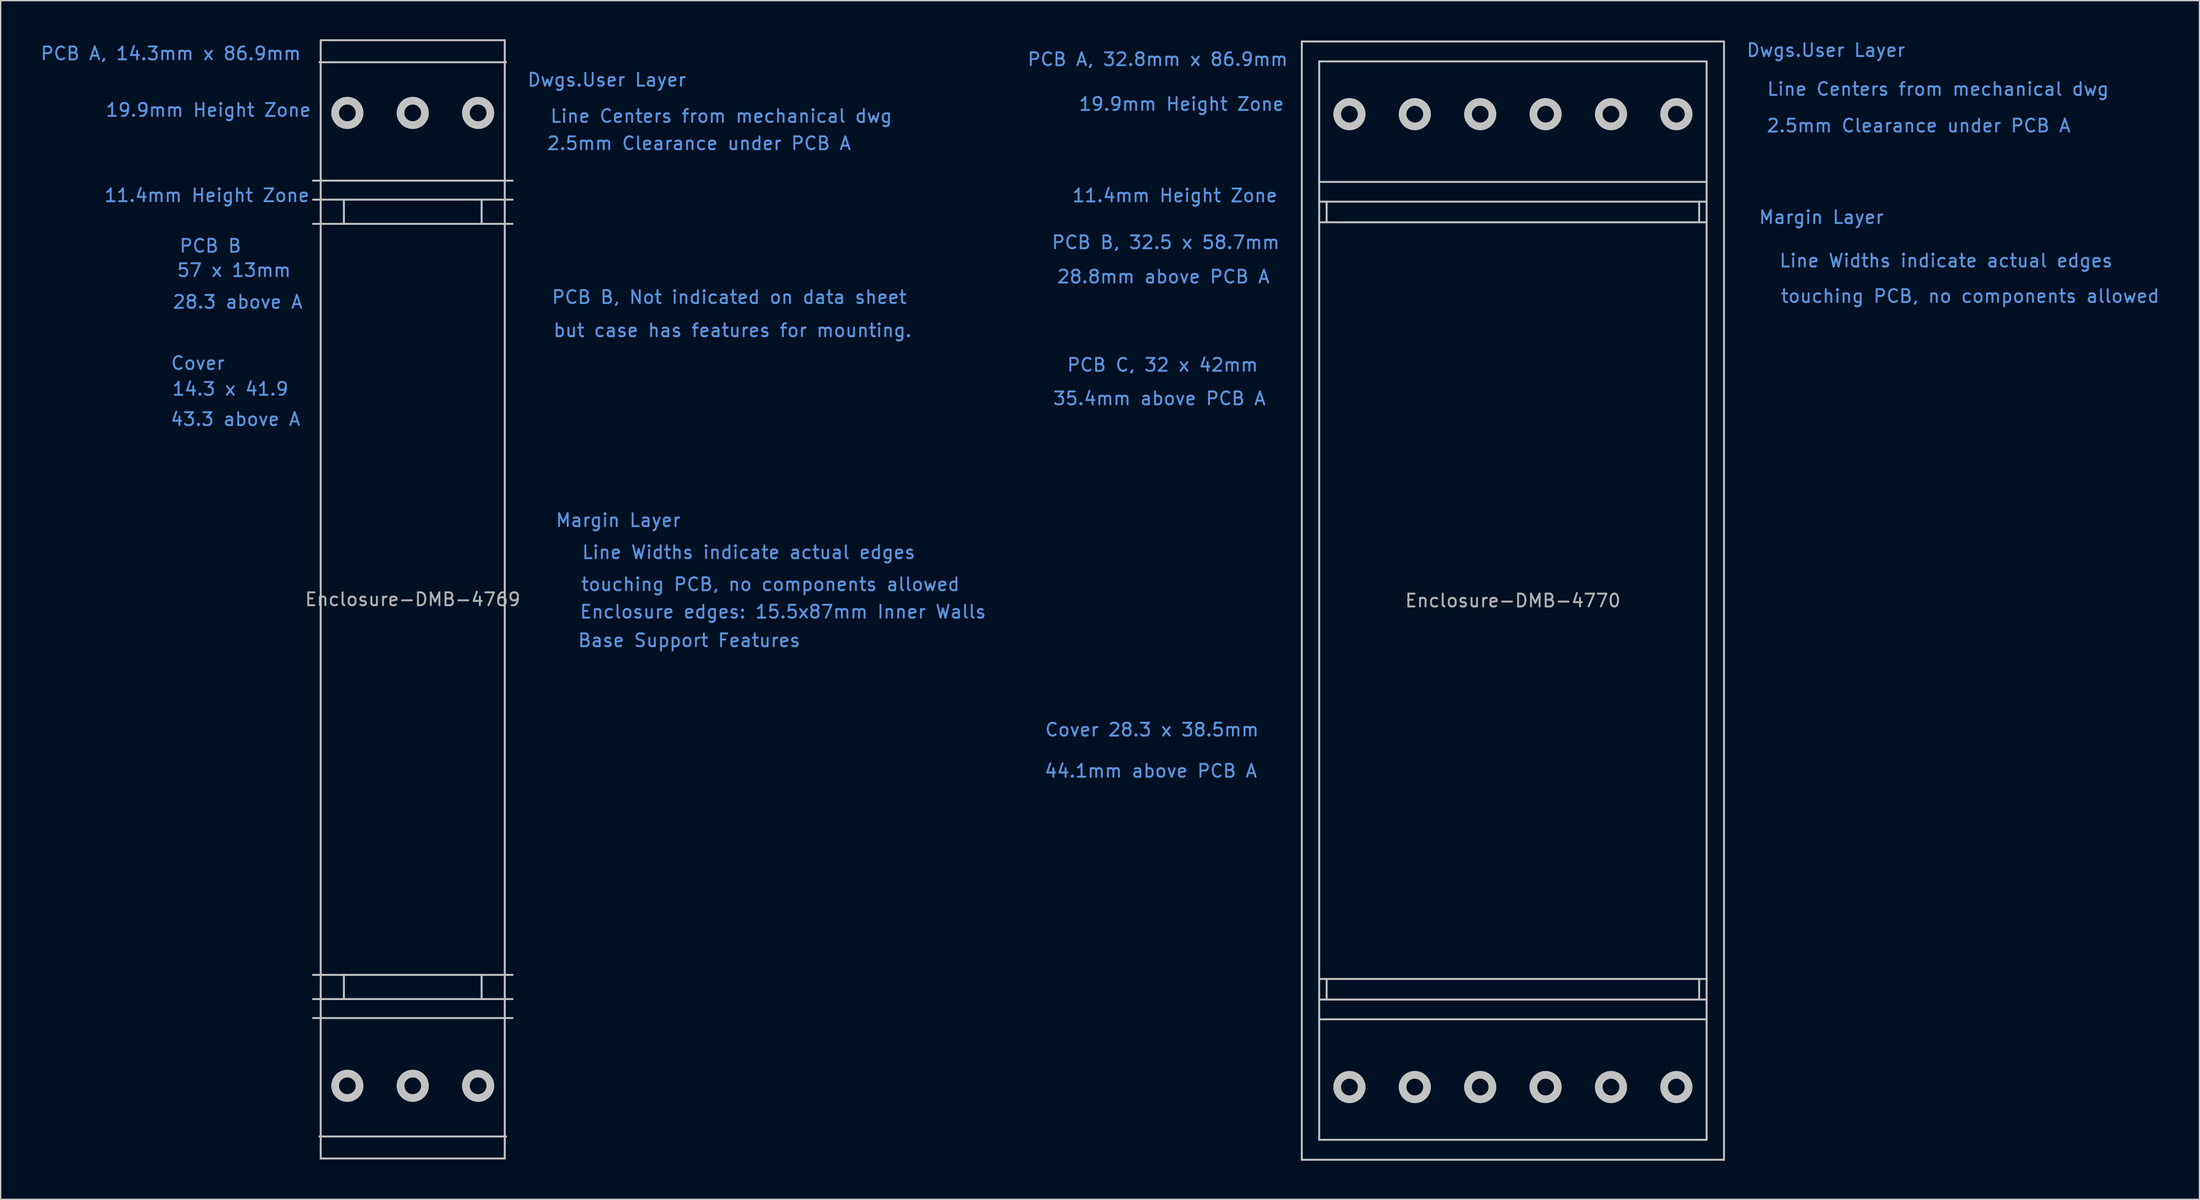
<source format=kicad_pcb>
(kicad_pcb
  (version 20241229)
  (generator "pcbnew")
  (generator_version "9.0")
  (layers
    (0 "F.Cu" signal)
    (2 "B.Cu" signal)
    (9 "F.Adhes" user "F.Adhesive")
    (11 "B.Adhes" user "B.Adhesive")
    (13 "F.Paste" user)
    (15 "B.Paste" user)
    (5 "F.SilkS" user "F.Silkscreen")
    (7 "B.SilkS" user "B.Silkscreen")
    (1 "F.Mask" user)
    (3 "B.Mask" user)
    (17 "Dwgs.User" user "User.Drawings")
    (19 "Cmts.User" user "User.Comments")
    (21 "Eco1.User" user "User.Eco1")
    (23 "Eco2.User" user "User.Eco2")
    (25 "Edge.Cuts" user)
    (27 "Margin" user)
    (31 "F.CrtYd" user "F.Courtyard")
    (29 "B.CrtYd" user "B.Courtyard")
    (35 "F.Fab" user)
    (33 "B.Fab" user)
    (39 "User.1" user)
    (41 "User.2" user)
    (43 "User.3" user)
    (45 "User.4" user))
  (footprint "Enclosure-DMB-4770"
    (layer "F.Cu")
    (at 114.486 43.622)
    (property "Reference" "Enclosure-DMB-4770" (at 0 0 0) (layer "F.Fab") (effects (font (size 1 1) (thickness 0.15))))
    (attr through_hole)
    (fp_line (start -16.4 -43.45) (end 16.4 -43.45) (stroke (width 0.15) (type solid)) (layer "Dwgs.User"))
    (fp_line (start -16.4 43.45) (end -16.4 -43.45) (stroke (width 0.15) (type solid)) (layer "Dwgs.User"))
    (fp_line (start -16.4 43.45) (end 16.4 43.45) (stroke (width 0.15) (type solid)) (layer "Dwgs.User"))
    (fp_line (start -15.05 -41.9) (end -15.05 41.9) (stroke (width 0.15) (type solid)) (layer "Dwgs.User"))
    (fp_line (start -15.05 -41.9) (end 15.05 -41.9) (stroke (width 0.15) (type solid)) (layer "Dwgs.User"))
    (fp_line (start -15.05 -32.535) (end 15.05 -32.535) (stroke (width 0.15) (type solid)) (layer "Dwgs.User"))
    (fp_line (start -15.05 -31) (end 15.05 -31) (stroke (width 0.15) (type solid)) (layer "Dwgs.User"))
    (fp_line (start -15.05 -29.4) (end 15.05 -29.4) (stroke (width 0.15) (type solid)) (layer "Dwgs.User"))
    (fp_line (start -15.05 29.4) (end 15.05 29.4) (stroke (width 0.15) (type solid)) (layer "Dwgs.User"))
    (fp_line (start -15.05 31) (end 15.05 31) (stroke (width 0.15) (type solid)) (layer "Dwgs.User"))
    (fp_line (start -15.05 32.535) (end 15.05 32.535) (stroke (width 0.15) (type solid)) (layer "Dwgs.User"))
    (fp_line (start -15.05 41.9) (end 15.05 41.9) (stroke (width 0.15) (type solid)) (layer "Dwgs.User"))
    (fp_line (start -14.47 -31) (end -14.47 -29.4) (stroke (width 0.15) (type solid)) (layer "Dwgs.User"))
    (fp_line (start -14.47 29.4) (end -14.47 31) (stroke (width 0.15) (type solid)) (layer "Dwgs.User"))
    (fp_line (start 14.47 -31) (end 14.47 -29.4) (stroke (width 0.15) (type solid)) (layer "Dwgs.User"))
    (fp_line (start 14.47 29.4) (end 14.47 31) (stroke (width 0.15) (type solid)) (layer "Dwgs.User"))
    (fp_line (start 15.05 -41.9) (end 15.05 41.9) (stroke (width 0.15) (type solid)) (layer "Dwgs.User"))
    (fp_line (start 16.4 -43.45) (end 16.4 43.45) (stroke (width 0.15) (type solid)) (layer "Dwgs.User"))
    (fp_circle (center -12.7 -37.8) (end -12.7 -36.85) (stroke (width 0.6) (type solid)) (fill no) (layer "Dwgs.User"))
    (fp_circle (center -12.7 37.8) (end -12.7 38.75) (stroke (width 0.6) (type solid)) (fill no) (layer "Dwgs.User"))
    (fp_circle (center -7.62 -37.8) (end -7.62 -36.85) (stroke (width 0.6) (type solid)) (fill no) (layer "Dwgs.User"))
    (fp_circle (center -7.62 37.8) (end -7.62 38.75) (stroke (width 0.6) (type solid)) (fill no) (layer "Dwgs.User"))
    (fp_circle (center -2.54 -37.8) (end -2.54 -36.85) (stroke (width 0.6) (type solid)) (fill no) (layer "Dwgs.User"))
    (fp_circle (center -2.54 37.8) (end -2.54 38.75) (stroke (width 0.6) (type solid)) (fill no) (layer "Dwgs.User"))
    (fp_circle (center 2.54 -37.8) (end 2.54 -36.85) (stroke (width 0.6) (type solid)) (fill no) (layer "Dwgs.User"))
    (fp_circle (center 2.54 37.8) (end 2.54 38.75) (stroke (width 0.6) (type solid)) (fill no) (layer "Dwgs.User"))
    (fp_circle (center 7.62 -37.8) (end 7.62 -36.85) (stroke (width 0.6) (type solid)) (fill no) (layer "Dwgs.User"))
    (fp_circle (center 7.62 37.8) (end 7.62 38.75) (stroke (width 0.6) (type solid)) (fill no) (layer "Dwgs.User"))
    (fp_circle (center 12.7 -37.8) (end 12.7 -36.85) (stroke (width 0.6) (type solid)) (fill no) (layer "Dwgs.User"))
    (fp_circle (center 12.7 37.8) (end 12.7 38.75) (stroke (width 0.6) (type solid)) (fill no) (layer "Dwgs.User"))
    (fp_line (start -16.25 -29.35) (end -16.25 29.35) (stroke (width 0.15) (type solid)) (layer "Eco2.User"))
    (fp_line (start -16.25 -29.35) (end 16.25 -29.35) (stroke (width 0.15) (type solid)) (layer "Eco2.User"))
    (fp_line (start -16.25 29.35) (end 16.25 29.35) (stroke (width 0.15) (type solid)) (layer "Eco2.User"))
    (fp_line (start -16 -21) (end -16 21) (stroke (width 0.15) (type solid)) (layer "Eco2.User"))
    (fp_line (start -16 -21) (end 16 -21) (stroke (width 0.15) (type solid)) (layer "Eco2.User"))
    (fp_line (start -16 21) (end 16 21) (stroke (width 0.15) (type solid)) (layer "Eco2.User"))
    (fp_line (start -14.15 -19.25) (end -14.15 19.25) (stroke (width 0.15) (type solid)) (layer "Eco2.User"))
    (fp_line (start -14.15 -19.25) (end 14.15 -19.25) (stroke (width 0.15) (type solid)) (layer "Eco2.User"))
    (fp_line (start -14.15 19.25) (end 14.15 19.25) (stroke (width 0.15) (type solid)) (layer "Eco2.User"))
    (fp_line (start 14.15 -19.25) (end 14.15 19.25) (stroke (width 0.15) (type solid)) (layer "Eco2.User"))
    (fp_line (start 16 -21) (end 16 21) (stroke (width 0.15) (type solid)) (layer "Eco2.User"))
    (fp_line (start 16.25 -29.35) (end 16.25 29.35) (stroke (width 0.15) (type solid)) (layer "Eco2.User"))
    (fp_arc (start -14.15 17.65) (mid -13.018629 18.118629) (end -12.55 19.25) (stroke (width 0.15) (type solid)) (layer "Eco2.User"))
    (fp_arc (start -12.55 -19.25) (mid -13.018629 -18.118629) (end -14.15 -17.65) (stroke (width 0.15) (type solid)) (layer "Eco2.User"))
    (fp_arc (start 12.55 19.25) (mid 13.018629 18.118629) (end 14.15 17.65) (stroke (width 0.15) (type solid)) (layer "Eco2.User"))
    (fp_arc (start 14.15 -17.65) (mid 13.018629 -18.118629) (end 12.55 -19.25) (stroke (width 0.15) (type solid)) (layer "Eco2.User"))
    (fp_line (start -15.8 -42.65) (end -15.8 42.65) (stroke (width 1.5) (type solid)) (layer "Margin"))
    (fp_line (start -15.8 -42.65) (end 15.8 -42.65) (stroke (width 1.5) (type solid)) (layer "Margin"))
    (fp_line (start -15.68 42.65) (end 15.68 42.65) (stroke (width 1.5) (type solid)) (layer "Margin"))
    (fp_line (start -14.76 -30.71) (end -14.76 -29.69) (stroke (width 0.58) (type solid)) (layer "Margin"))
    (fp_line (start -14.76 29.69) (end -14.76 30.71) (stroke (width 0.58) (type solid)) (layer "Margin"))
    (fp_line (start 14.76 -30.71) (end 14.76 -29.69) (stroke (width 0.58) (type solid)) (layer "Margin"))
    (fp_line (start 14.76 29.69) (end 14.76 30.71) (stroke (width 0.58) (type solid)) (layer "Margin"))
    (fp_line (start 15.8 -42.65) (end 15.8 42.65) (stroke (width 1.5) (type solid)) (layer "Margin"))
    (fp_text user "Cover 28.3 x 38.5mm" (at -28.042 10.033 0) (layer "Cmts.User") (effects (font (size 1 1) (thickness 0.15))))
    (fp_text user "28.8mm above PCB A" (at -27.153 -25.171 0) (layer "Cmts.User") (effects (font (size 1 1) (thickness 0.15))))
    (fp_text user "2.5mm Clearance under PCB A" (at 31.521 -36.906 180) (layer "Cmts.User") (effects (font (size 1 1) (thickness 0.15))))
    (fp_text user "35.4mm above PCB A" (at -27.465 -15.707 0) (layer "Cmts.User") (effects (font (size 1 1) (thickness 0.15))))
    (fp_text user "Margin Layer" (at 23.965 -29.794 180) (layer "Cmts.User") (effects (font (size 1 1) (thickness 0.15))))
    (fp_text user "11.4mm Height Zone" (at -26.264 -31.478 0) (layer "Cmts.User") (effects (font (size 1 1) (thickness 0.15))))
    (fp_text user "PCB A, 32.8mm x 86.9mm" (at -27.597 -42.062 0) (layer "Cmts.User") (effects (font (size 1 1) (thickness 0.15))))
    (fp_text user "touching PCB, no components allowed" (at 35.522 -23.66 180) (layer "Cmts.User") (effects (font (size 1 1) (thickness 0.15))))
    (fp_text user "PCB C, 32 x 42mm" (at -27.214 -18.316 0) (layer "Cmts.User") (effects (font (size 1 1) (thickness 0.15))))
    (fp_text user "Line Centers from mechanical dwg" (at 33.033 -39.751 0) (layer "Cmts.User") (effects (font (size 1 1) (thickness 0.15))))
    (fp_text user "44.1mm above PCB A" (at -28.131 13.233 0) (layer "Cmts.User") (effects (font (size 1 1) (thickness 0.15))))
    (fp_text user "PCB B, 32.5 x 58.7mm" (at -26.975 -27.838 0) (layer "Cmts.User") (effects (font (size 1 1) (thickness 0.15))))
    (fp_text user "Line Widths indicate actual edges" (at 33.655 -26.416 180) (layer "Cmts.User") (effects (font (size 1 1) (thickness 0.15))))
    (fp_text user "Dwgs.User Layer" (at 24.32 -42.774 180) (layer "Cmts.User") (effects (font (size 1 1) (thickness 0.15))))
    (fp_text user "19.9mm Height Zone" (at -25.748 -38.585 0) (layer "Cmts.User") (effects (font (size 1 1) (thickness 0.15)))))
  (footprint "Enclosure-DMB-4769"
    (layer "F.Cu")
    (at 29.016 43.525)
    (property "Reference" "Enclosure-DMB-4769" (at 0 0 0) (layer "F.Fab") (effects (font (size 1 1) (thickness 0.15))))
    (attr through_hole)
    (fp_line (start -7.75 -32.535) (end 7.75 -32.535) (stroke (width 0.15) (type solid)) (layer "Dwgs.User"))
    (fp_line (start -7.75 -31.06) (end 7.75 -31.06) (stroke (width 0.15) (type solid)) (layer "Dwgs.User"))
    (fp_line (start -7.75 -29.18) (end 7.75 -29.18) (stroke (width 0.15) (type solid)) (layer "Dwgs.User"))
    (fp_line (start -7.75 29.18) (end 7.75 29.18) (stroke (width 0.15) (type solid)) (layer "Dwgs.User"))
    (fp_line (start -7.75 31.06) (end 7.75 31.06) (stroke (width 0.15) (type solid)) (layer "Dwgs.User"))
    (fp_line (start -7.75 32.535) (end 7.75 32.535) (stroke (width 0.15) (type solid)) (layer "Dwgs.User"))
    (fp_line (start -7.25 -41.74) (end 7.25 -41.74) (stroke (width 0.15) (type solid)) (layer "Dwgs.User"))
    (fp_line (start -7.25 41.74) (end 7.25 41.74) (stroke (width 0.15) (type solid)) (layer "Dwgs.User"))
    (fp_line (start -7.15 -43.45) (end 7.15 -43.45) (stroke (width 0.15) (type solid)) (layer "Dwgs.User"))
    (fp_line (start -7.15 43.45) (end -7.15 -43.45) (stroke (width 0.15) (type solid)) (layer "Dwgs.User"))
    (fp_line (start -7.15 43.45) (end 7.15 43.45) (stroke (width 0.15) (type solid)) (layer "Dwgs.User"))
    (fp_line (start -5.35 -31) (end -5.35 -29.18) (stroke (width 0.15) (type solid)) (layer "Dwgs.User"))
    (fp_line (start -5.35 29.18) (end -5.35 31.06) (stroke (width 0.15) (type solid)) (layer "Dwgs.User"))
    (fp_line (start 5.35 -31) (end 5.35 -29.18) (stroke (width 0.15) (type solid)) (layer "Dwgs.User"))
    (fp_line (start 5.35 31.06) (end 5.35 29.18) (stroke (width 0.15) (type solid)) (layer "Dwgs.User"))
    (fp_line (start 7.15 -43.45) (end 7.15 43.45) (stroke (width 0.15) (type solid)) (layer "Dwgs.User"))
    (fp_circle (center -5.08 -37.8) (end -5.08 -36.85) (stroke (width 0.6) (type solid)) (fill no) (layer "Dwgs.User"))
    (fp_circle (center -5.08 37.8) (end -5.08 38.75) (stroke (width 0.6) (type solid)) (fill no) (layer "Dwgs.User"))
    (fp_circle (center 0 -37.8) (end 0 -36.85) (stroke (width 0.6) (type solid)) (fill no) (layer "Dwgs.User"))
    (fp_circle (center 0 37.8) (end 0 38.75) (stroke (width 0.6) (type solid)) (fill no) (layer "Dwgs.User"))
    (fp_circle (center 5.08 -37.8) (end 5.08 -36.85) (stroke (width 0.6) (type solid)) (fill no) (layer "Dwgs.User"))
    (fp_circle (center 5.08 37.8) (end 5.08 38.75) (stroke (width 0.6) (type solid)) (fill no) (layer "Dwgs.User"))
    (fp_line (start -7.15 -20.95) (end -7.15 20.95) (stroke (width 0.15) (type solid)) (layer "Eco2.User"))
    (fp_line (start -7.15 -20.95) (end 7.15 -20.95) (stroke (width 0.15) (type solid)) (layer "Eco2.User"))
    (fp_line (start -7.15 20.95) (end 7.15 20.95) (stroke (width 0.15) (type solid)) (layer "Eco2.User"))
    (fp_line (start -6.5 -28.5) (end -6.5 28.5) (stroke (width 0.15) (type solid)) (layer "Eco2.User"))
    (fp_line (start -6.5 -28.5) (end 6.5 -28.5) (stroke (width 0.15) (type solid)) (layer "Eco2.User"))
    (fp_line (start -6.5 28.5) (end 6.5 28.5) (stroke (width 0.15) (type solid)) (layer "Eco2.User"))
    (fp_line (start 6.5 -28.5) (end 6.5 28.5) (stroke (width 0.15) (type solid)) (layer "Eco2.User"))
    (fp_line (start 7.15 -20.95) (end 7.15 20.95) (stroke (width 0.15) (type solid)) (layer "Eco2.User"))
    (fp_line (start -7.75 -43.5) (end -7.75 43.5) (stroke (width 0.05) (type solid)) (layer "Margin"))
    (fp_line (start -7.75 -43.5) (end 7.75 -43.5) (stroke (width 0.05) (type solid)) (layer "Margin"))
    (fp_line (start -7.75 43.5) (end 7.75 43.5) (stroke (width 0.05) (type solid)) (layer "Margin"))
    (fp_line (start -6.81 -30.12) (end -6.29 -30.12) (stroke (width 1.88) (type solid)) (layer "Margin"))
    (fp_line (start -6.81 30.12) (end -6.29 30.12) (stroke (width 1.88) (type solid)) (layer "Margin"))
    (fp_line (start -6.5 -42.49) (end 6.5 -42.49) (stroke (width 1.5) (type solid)) (layer "Margin"))
    (fp_line (start -6.5 -1.85) (end -6.5 1.85) (stroke (width 1.5) (type solid)) (layer "Margin"))
    (fp_line (start -6.5 42.49) (end 6.5 42.49) (stroke (width 1.5) (type solid)) (layer "Margin"))
    (fp_line (start 6.5 -1.85) (end 6.5 1.85) (stroke (width 1.5) (type solid)) (layer "Margin"))
    (fp_line (start 6.81 -30.12) (end 6.29 -30.12) (stroke (width 1.88) (type solid)) (layer "Margin"))
    (fp_line (start 6.81 30.12) (end 6.29 30.12) (stroke (width 1.88) (type solid)) (layer "Margin"))
    (fp_line (start 7.75 -43.5) (end 7.75 43.5) (stroke (width 0.05) (type solid)) (layer "Margin"))
    (fp_text user "57 x 13mm" (at -13.886 -25.575 0) (layer "Cmts.User") (effects (font (size 1 1) (thickness 0.15))))
    (fp_text user "14.3 x 41.9" (at -14.173 -16.35 0) (layer "Cmts.User") (effects (font (size 1 1) (thickness 0.15))))
    (fp_text user "Line Widths indicate actual edges" (at 26.099 -3.658 180) (layer "Cmts.User") (effects (font (size 1 1) (thickness 0.15))))
    (fp_text user "Cover" (at -16.693 -18.354 0) (layer "Cmts.User") (effects (font (size 1 1) (thickness 0.15))))
    (fp_text user "28.3 above A" (at -13.599 -23.111 0) (layer "Cmts.User") (effects (font (size 1 1) (thickness 0.15))))
    (fp_text user "Margin Layer" (at 15.964 -6.147 180) (layer "Cmts.User") (effects (font (size 1 1) (thickness 0.15))))
    (fp_text user "but case has features for mounting." (at 24.854 -20.904 0) (layer "Cmts.User") (effects (font (size 1 1) (thickness 0.15))))
    (fp_text user "19.9mm Height Zone" (at -15.875 -38.024 0) (layer "Cmts.User") (effects (font (size 1 1) (thickness 0.15))))
    (fp_text user "43.3 above A" (at -13.772 -14 0) (layer "Cmts.User") (effects (font (size 1 1) (thickness 0.15))))
    (fp_text user "Line Centers from mechanical dwg" (at 23.973 -37.556 0) (layer "Cmts.User") (effects (font (size 1 1) (thickness 0.15))))
    (fp_text user "PCB B, Not indicated on data sheet" (at 24.587 -23.482 0) (layer "Cmts.User") (effects (font (size 1 1) (thickness 0.15))))
    (fp_text user "11.4mm Height Zone" (at -15.989 -31.394 0) (layer "Cmts.User") (effects (font (size 1 1) (thickness 0.15))))
    (fp_text user "Dwgs.User Layer" (at 15.075 -40.373 0) (layer "Cmts.User") (effects (font (size 1 1) (thickness 0.15))))
    (fp_text user "Enclosure edges: 15.5x87mm Inner Walls" (at 28.765 0.965 0) (layer "Cmts.User") (effects (font (size 1 1) (thickness 0.15))))
    (fp_text user "2.5mm Clearance under PCB A" (at 22.24 -35.433 0) (layer "Cmts.User") (effects (font (size 1 1) (thickness 0.15))))
    (fp_text user "touching PCB, no components allowed" (at 27.788 -1.168 180) (layer "Cmts.User") (effects (font (size 1 1) (thickness 0.15))))
    (fp_text user "Base Support Features" (at 21.476 3.188 0) (layer "Cmts.User") (effects (font (size 1 1) (thickness 0.15))))
    (fp_text user "PCB B" (at -15.72 -27.468 0) (layer "Cmts.User") (effects (font (size 1 1) (thickness 0.15))))
    (fp_text user "PCB A, 14.3mm x 86.9mm" (at -18.796 -42.418 0) (layer "Cmts.User") (effects (font (size 1 1) (thickness 0.15)))))
  (gr_rect
    (start -3 -3)
    (end 167.823 90.147)
    (stroke (width 0.1) (type default))
    (fill no)
    (layer "Edge.Cuts")))
</source>
